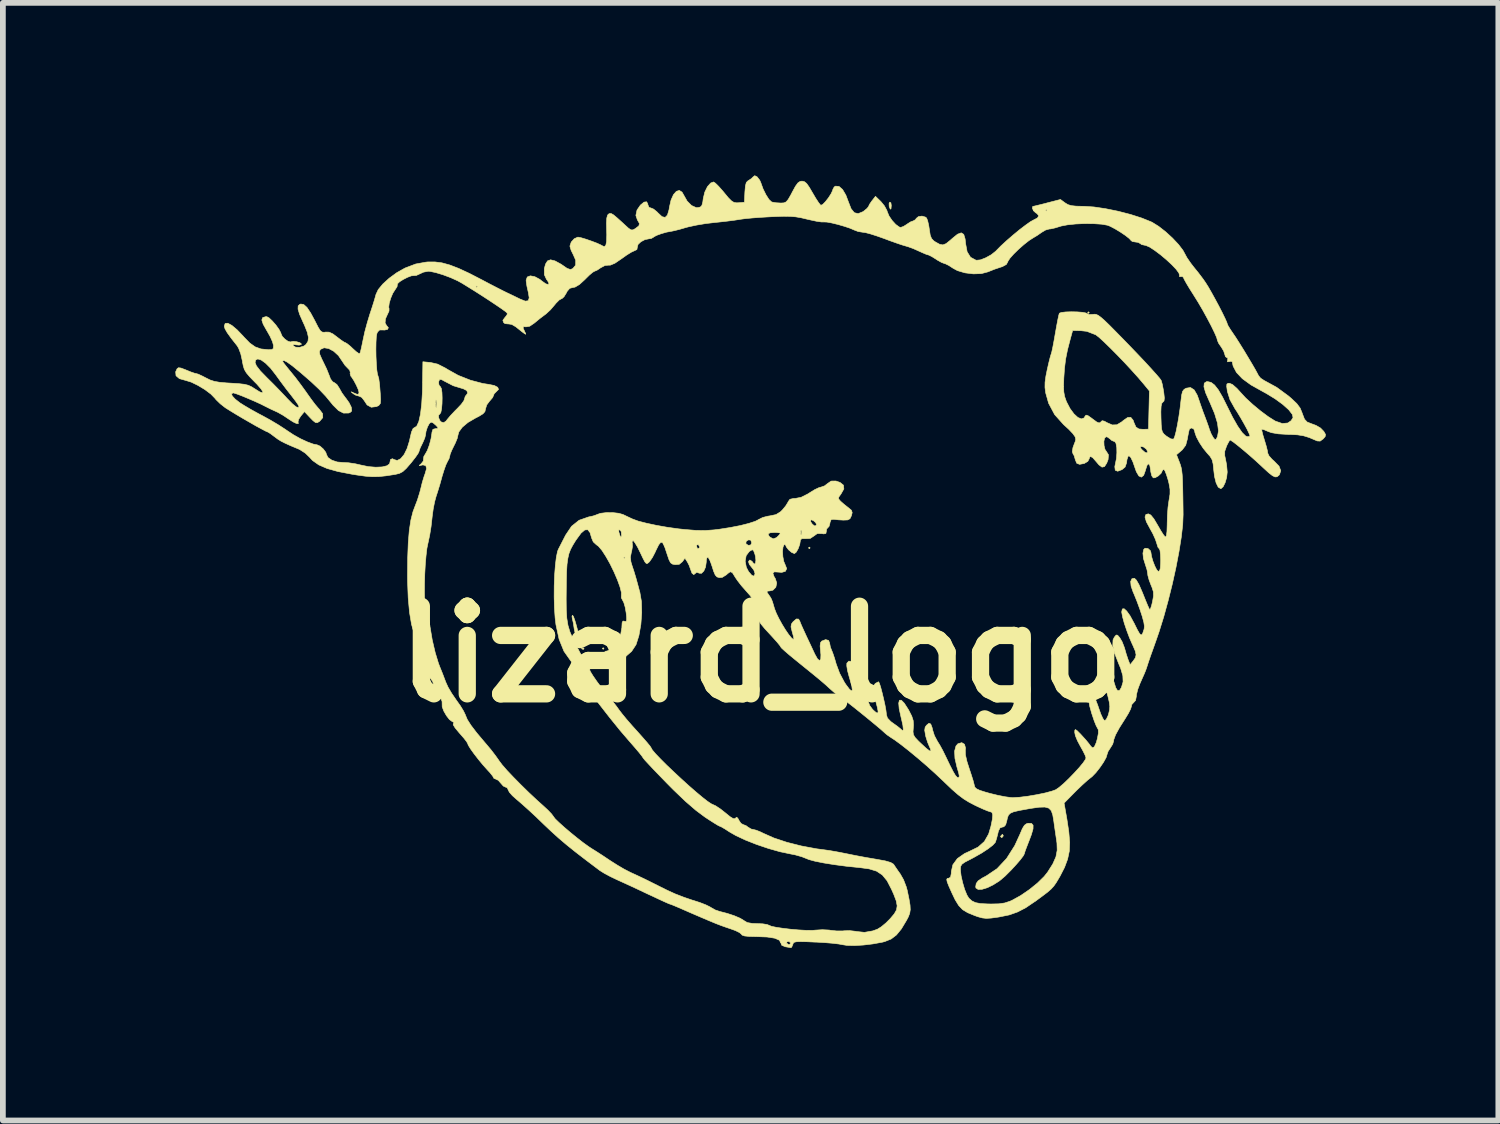
<source format=kicad_pcb>
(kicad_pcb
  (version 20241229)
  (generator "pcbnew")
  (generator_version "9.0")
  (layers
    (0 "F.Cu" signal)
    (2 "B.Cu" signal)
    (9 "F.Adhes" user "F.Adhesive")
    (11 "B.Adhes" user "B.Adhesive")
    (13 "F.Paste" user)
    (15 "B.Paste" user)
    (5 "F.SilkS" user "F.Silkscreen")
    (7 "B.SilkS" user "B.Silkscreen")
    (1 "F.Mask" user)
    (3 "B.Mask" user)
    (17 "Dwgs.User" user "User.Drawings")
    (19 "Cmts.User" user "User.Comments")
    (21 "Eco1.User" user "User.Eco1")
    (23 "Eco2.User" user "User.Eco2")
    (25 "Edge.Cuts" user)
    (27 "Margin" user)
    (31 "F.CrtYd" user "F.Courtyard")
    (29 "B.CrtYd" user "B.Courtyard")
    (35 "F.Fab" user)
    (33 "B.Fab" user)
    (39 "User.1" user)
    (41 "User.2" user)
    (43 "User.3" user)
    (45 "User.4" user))
  (footprint "lizard_logo"
    (layer "F.Cu")
    (at 10.192 8.327)
    (property "Reference" "lizard_logo" (at 0 0 0) (layer "F.SilkS") (effects (font (size 1.524 1.524) (thickness 0.3))))
    (attr through_hole)
    (fp_poly (pts (xy -2.738 -0.099) (xy -2.752 -0.085) (xy -2.766 -0.099) (xy -2.752 -0.113) (xy -2.738 -0.099)) (stroke (width 0.01) (type solid)) (fill yes) (layer "F.SilkS"))
    (fp_poly (pts (xy 0.847 -1.849) (xy 0.833 -1.834) (xy 0.818 -1.849) (xy 0.833 -1.863) (xy 0.847 -1.849)) (stroke (width 0.01) (type solid)) (fill yes) (layer "F.SilkS"))
    (fp_poly (pts (xy 5.701 -5.941) (xy 5.687 -5.927) (xy 5.673 -5.941) (xy 5.687 -5.955) (xy 5.701 -5.941)) (stroke (width 0.01) (type solid)) (fill yes) (layer "F.SilkS"))
    (fp_poly (pts (xy -3.086 -0.103) (xy -3.09 -0.087) (xy -3.104 -0.085) (xy -3.128 -0.095) (xy -3.123 -0.103) (xy -3.09 -0.107) (xy -3.086 -0.103)) (stroke (width 0.01) (type solid)) (fill yes) (layer "F.SilkS"))
    (fp_poly (pts (xy 2.251 -7.85) (xy 2.258 -7.805) (xy 2.253 -7.745) (xy 2.24 -7.74) (xy 2.221 -7.789) (xy 2.221 -7.789) (xy 2.22 -7.842) (xy 2.232 -7.862) (xy 2.251 -7.85)) (stroke (width 0.01) (type solid)) (fill yes) (layer "F.SilkS"))
    (fp_poly (pts (xy 4.205 3.155) (xy 4.205 3.161) (xy 4.183 3.188) (xy 4.175 3.189) (xy 4.158 3.172) (xy 4.163 3.161) (xy 4.188 3.134) (xy 4.193 3.133) (xy 4.205 3.155)) (stroke (width 0.01) (type solid)) (fill yes) (layer "F.SilkS"))
    (fp_poly (pts (xy -3.268 -0.652) (xy -3.245 -0.588) (xy -3.219 -0.5) (xy -3.194 -0.405) (xy -3.175 -0.319) (xy -3.166 -0.257) (xy -3.168 -0.237) (xy -3.188 -0.25) (xy -3.213 -0.289) (xy -3.24 -0.363) (xy -3.258 -0.45) (xy -3.258 -0.452) (xy -3.271 -0.539) (xy -3.288 -0.613) (xy -3.289 -0.614) (xy -3.295 -0.662) (xy -3.284 -0.677) (xy -3.268 -0.652)) (stroke (width 0.01) (type solid)) (fill yes) (layer "F.SilkS"))
    (fp_poly (pts (xy 4.697 2.943) (xy 4.724 2.974) (xy 4.723 3.038) (xy 4.693 3.141) (xy 4.659 3.231) (xy 4.619 3.334) (xy 4.588 3.416) (xy 4.573 3.465) (xy 4.572 3.471) (xy 4.553 3.507) (xy 4.503 3.573) (xy 4.43 3.658) (xy 4.343 3.753) (xy 4.249 3.847) (xy 4.239 3.857) (xy 4.14 3.941) (xy 4.033 4.009) (xy 3.93 4.06) (xy 3.838 4.088) (xy 3.769 4.091) (xy 3.73 4.066) (xy 3.726 4.043) (xy 3.735 3.987) (xy 3.769 3.941) (xy 3.838 3.894) (xy 3.909 3.856) (xy 4.097 3.73) (xy 4.263 3.553) (xy 4.406 3.327) (xy 4.495 3.133) (xy 4.538 3.032) (xy 4.574 2.974) (xy 4.612 2.947) (xy 4.641 2.94) (xy 4.697 2.943)) (stroke (width 0.01) (type solid)) (fill yes) (layer "F.SilkS"))
    (fp_poly (pts (xy -0.077 -8.303) (xy -0.075 -8.301) (xy -0.03 -8.243) (xy -0.012 -8.203) (xy 0.028 -8.092) (xy 0.079 -7.989) (xy 0.131 -7.908) (xy 0.177 -7.865) (xy 0.183 -7.863) (xy 0.251 -7.851) (xy 0.336 -7.846) (xy 0.339 -7.846) (xy 0.391 -7.849) (xy 0.429 -7.866) (xy 0.465 -7.908) (xy 0.509 -7.984) (xy 0.536 -8.036) (xy 0.591 -8.137) (xy 0.633 -8.195) (xy 0.672 -8.222) (xy 0.706 -8.227) (xy 0.746 -8.218) (xy 0.785 -8.187) (xy 0.831 -8.122) (xy 0.889 -8.023) (xy 0.945 -7.928) (xy 0.994 -7.853) (xy 1.028 -7.811) (xy 1.033 -7.807) (xy 1.065 -7.821) (xy 1.112 -7.869) (xy 1.165 -7.936) (xy 1.21 -8.006) (xy 1.238 -8.065) (xy 1.242 -8.083) (xy 1.265 -8.125) (xy 1.288 -8.14) (xy 1.349 -8.135) (xy 1.411 -8.081) (xy 1.468 -7.984) (xy 1.511 -7.87) (xy 1.559 -7.747) (xy 1.615 -7.678) (xy 1.682 -7.662) (xy 1.764 -7.695) (xy 1.78 -7.706) (xy 1.835 -7.751) (xy 1.862 -7.784) (xy 1.863 -7.787) (xy 1.879 -7.823) (xy 1.918 -7.88) (xy 1.923 -7.886) (xy 1.983 -7.963) (xy 2.077 -7.872) (xy 2.139 -7.796) (xy 2.182 -7.716) (xy 2.189 -7.693) (xy 2.219 -7.621) (xy 2.272 -7.543) (xy 2.335 -7.474) (xy 2.395 -7.43) (xy 2.421 -7.422) (xy 2.47 -7.439) (xy 2.532 -7.478) (xy 2.532 -7.479) (xy 2.593 -7.518) (xy 2.639 -7.535) (xy 2.64 -7.535) (xy 2.68 -7.558) (xy 2.691 -7.578) (xy 2.73 -7.61) (xy 2.792 -7.619) (xy 2.853 -7.601) (xy 2.872 -7.585) (xy 2.89 -7.539) (xy 2.909 -7.457) (xy 2.92 -7.385) (xy 2.935 -7.288) (xy 2.958 -7.229) (xy 2.997 -7.188) (xy 3.029 -7.167) (xy 3.1 -7.128) (xy 3.155 -7.118) (xy 3.211 -7.14) (xy 3.283 -7.198) (xy 3.319 -7.23) (xy 3.41 -7.304) (xy 3.475 -7.328) (xy 3.518 -7.301) (xy 3.542 -7.221) (xy 3.551 -7.137) (xy 3.577 -6.998) (xy 3.636 -6.903) (xy 3.729 -6.853) (xy 3.741 -6.851) (xy 3.81 -6.858) (xy 3.901 -6.894) (xy 3.997 -6.947) (xy 4.076 -7.01) (xy 4.087 -7.022) (xy 4.163 -7.099) (xy 4.263 -7.191) (xy 4.375 -7.288) (xy 4.489 -7.382) (xy 4.594 -7.462) (xy 4.677 -7.521) (xy 4.72 -7.545) (xy 4.799 -7.586) (xy 4.822 -7.625) (xy 4.792 -7.663) (xy 4.77 -7.676) (xy 4.732 -7.711) (xy 4.729 -7.719) (xy 4.939 -7.719) (xy 4.953 -7.705) (xy 4.967 -7.719) (xy 4.953 -7.733) (xy 4.939 -7.719) (xy 4.729 -7.719) (xy 4.712 -7.754) (xy 4.716 -7.785) (xy 4.728 -7.789) (xy 4.76 -7.796) (xy 4.834 -7.814) (xy 4.934 -7.839) (xy 4.971 -7.849) (xy 5.2 -7.908) (xy 5.28 -7.849) (xy 5.329 -7.819) (xy 5.388 -7.801) (xy 5.472 -7.792) (xy 5.596 -7.789) (xy 5.612 -7.789) (xy 5.781 -7.778) (xy 5.983 -7.748) (xy 6.2 -7.704) (xy 6.417 -7.648) (xy 6.614 -7.585) (xy 6.775 -7.52) (xy 6.796 -7.51) (xy 6.907 -7.441) (xy 7.029 -7.346) (xy 7.148 -7.237) (xy 7.253 -7.125) (xy 7.33 -7.024) (xy 7.359 -6.971) (xy 7.4 -6.895) (xy 7.464 -6.802) (xy 7.519 -6.731) (xy 7.6 -6.631) (xy 7.68 -6.525) (xy 7.723 -6.463) (xy 7.769 -6.39) (xy 7.827 -6.289) (xy 7.891 -6.173) (xy 7.956 -6.052) (xy 8.015 -5.937) (xy 8.062 -5.84) (xy 8.092 -5.773) (xy 8.1 -5.748) (xy 8.115 -5.712) (xy 8.155 -5.647) (xy 8.193 -5.591) (xy 8.244 -5.516) (xy 8.311 -5.411) (xy 8.387 -5.289) (xy 8.464 -5.161) (xy 8.536 -5.04) (xy 8.595 -4.938) (xy 8.634 -4.865) (xy 8.643 -4.846) (xy 8.681 -4.8) (xy 8.748 -4.756) (xy 8.755 -4.753) (xy 8.96 -4.641) (xy 9.162 -4.493) (xy 9.216 -4.447) (xy 9.31 -4.358) (xy 9.368 -4.28) (xy 9.403 -4.195) (xy 9.406 -4.185) (xy 9.444 -4.087) (xy 9.492 -4.036) (xy 9.497 -4.035) (xy 9.563 -4.009) (xy 9.644 -3.979) (xy 9.722 -3.934) (xy 9.78 -3.874) (xy 9.81 -3.821) (xy 9.803 -3.784) (xy 9.769 -3.745) (xy 9.716 -3.706) (xy 9.665 -3.709) (xy 9.646 -3.717) (xy 9.529 -3.767) (xy 9.429 -3.798) (xy 9.324 -3.815) (xy 9.19 -3.822) (xy 9.158 -3.822) (xy 8.989 -3.832) (xy 8.868 -3.853) (xy 8.808 -3.875) (xy 8.743 -3.903) (xy 8.704 -3.913) (xy 8.7 -3.912) (xy 8.703 -3.882) (xy 8.72 -3.813) (xy 8.747 -3.724) (xy 8.777 -3.624) (xy 8.798 -3.541) (xy 8.805 -3.496) (xy 8.826 -3.45) (xy 8.879 -3.39) (xy 8.918 -3.355) (xy 9.001 -3.27) (xy 9.031 -3.191) (xy 9.008 -3.122) (xy 8.997 -3.11) (xy 8.966 -3.086) (xy 8.932 -3.083) (xy 8.886 -3.105) (xy 8.82 -3.157) (xy 8.726 -3.243) (xy 8.691 -3.276) (xy 8.594 -3.365) (xy 8.488 -3.459) (xy 8.382 -3.549) (xy 8.286 -3.628) (xy 8.209 -3.688) (xy 8.159 -3.721) (xy 8.149 -3.725) (xy 8.131 -3.702) (xy 8.1 -3.644) (xy 8.088 -3.617) (xy 8.057 -3.529) (xy 8.057 -3.452) (xy 8.069 -3.398) (xy 8.089 -3.294) (xy 8.099 -3.182) (xy 8.1 -3.167) (xy 8.09 -3.074) (xy 8.064 -2.984) (xy 8.03 -2.914) (xy 7.993 -2.88) (xy 7.987 -2.879) (xy 7.944 -2.905) (xy 7.907 -2.979) (xy 7.879 -3.091) (xy 7.866 -3.199) (xy 7.855 -3.308) (xy 7.837 -3.381) (xy 7.803 -3.439) (xy 7.753 -3.495) (xy 7.682 -3.582) (xy 7.616 -3.682) (xy 7.564 -3.78) (xy 7.537 -3.858) (xy 7.535 -3.876) (xy 7.517 -3.918) (xy 7.478 -3.935) (xy 7.445 -3.918) (xy 7.441 -3.911) (xy 7.429 -3.862) (xy 7.413 -3.781) (xy 7.407 -3.743) (xy 7.378 -3.634) (xy 7.319 -3.555) (xy 7.303 -3.541) (xy 7.218 -3.469) (xy 7.27 -3.336) (xy 7.286 -3.292) (xy 7.299 -3.246) (xy 7.309 -3.191) (xy 7.317 -3.12) (xy 7.322 -3.026) (xy 7.326 -2.9) (xy 7.329 -2.736) (xy 7.332 -2.526) (xy 7.333 -2.427) (xy 7.326 -2.252) (xy 7.301 -2.035) (xy 7.261 -1.784) (xy 7.209 -1.511) (xy 7.146 -1.225) (xy 7.074 -0.936) (xy 6.997 -0.655) (xy 6.915 -0.391) (xy 6.858 -0.226) (xy 6.81 -0.091) (xy 6.766 0.031) (xy 6.733 0.128) (xy 6.715 0.183) (xy 6.699 0.233) (xy 6.682 0.281) (xy 6.658 0.34) (xy 6.62 0.425) (xy 6.58 0.516) (xy 6.544 0.612) (xy 6.522 0.702) (xy 6.519 0.735) (xy 6.506 0.804) (xy 6.477 0.836) (xy 6.441 0.875) (xy 6.435 0.904) (xy 6.42 0.953) (xy 6.381 1.03) (xy 6.326 1.12) (xy 6.224 1.281) (xy 6.158 1.402) (xy 6.127 1.486) (xy 6.124 1.511) (xy 6.108 1.565) (xy 6.068 1.629) (xy 6.028 1.691) (xy 6.011 1.74) (xy 6.011 1.741) (xy 5.994 1.797) (xy 5.948 1.88) (xy 5.885 1.972) (xy 5.815 2.061) (xy 5.749 2.129) (xy 5.726 2.147) (xy 5.664 2.197) (xy 5.578 2.275) (xy 5.483 2.366) (xy 5.448 2.401) (xy 5.263 2.589) (xy 5.312 2.868) (xy 5.345 3.089) (xy 5.36 3.27) (xy 5.354 3.424) (xy 5.324 3.565) (xy 5.271 3.707) (xy 5.191 3.863) (xy 5.168 3.902) (xy 5.125 3.974) (xy 5.085 4.031) (xy 5.038 4.083) (xy 4.974 4.139) (xy 4.883 4.208) (xy 4.757 4.301) (xy 4.755 4.301) (xy 4.596 4.409) (xy 4.453 4.483) (xy 4.309 4.534) (xy 4.141 4.568) (xy 4.113 4.573) (xy 3.994 4.589) (xy 3.909 4.594) (xy 3.839 4.586) (xy 3.763 4.565) (xy 3.705 4.544) (xy 3.586 4.495) (xy 3.498 4.442) (xy 3.43 4.37) (xy 3.368 4.269) (xy 3.314 4.156) (xy 3.261 4.038) (xy 3.231 3.962) (xy 3.222 3.919) (xy 3.231 3.899) (xy 3.257 3.895) (xy 3.26 3.895) (xy 3.289 3.876) (xy 3.301 3.814) (xy 3.302 3.783) (xy 3.311 3.74) (xy 3.46 3.74) (xy 3.46 3.754) (xy 3.472 3.855) (xy 3.499 3.974) (xy 3.534 4.092) (xy 3.574 4.189) (xy 3.607 4.243) (xy 3.659 4.29) (xy 3.722 4.32) (xy 3.811 4.337) (xy 3.937 4.343) (xy 3.993 4.344) (xy 4.129 4.341) (xy 4.231 4.326) (xy 4.322 4.296) (xy 4.36 4.279) (xy 4.507 4.198) (xy 4.659 4.094) (xy 4.801 3.979) (xy 4.917 3.865) (xy 4.976 3.791) (xy 5.067 3.647) (xy 5.121 3.525) (xy 5.143 3.409) (xy 5.139 3.284) (xy 5.133 3.242) (xy 5.114 3.113) (xy 5.094 2.976) (xy 5.084 2.902) (xy 5.066 2.795) (xy 5.04 2.721) (xy 4.997 2.677) (xy 4.929 2.658) (xy 4.826 2.661) (xy 4.68 2.682) (xy 4.614 2.694) (xy 4.477 2.719) (xy 4.385 2.741) (xy 4.329 2.765) (xy 4.296 2.798) (xy 4.278 2.844) (xy 4.269 2.888) (xy 4.247 2.967) (xy 4.215 3.001) (xy 4.19 3.006) (xy 4.149 3.021) (xy 4.121 3.075) (xy 4.111 3.119) (xy 4.09 3.201) (xy 4.07 3.265) (xy 4.066 3.274) (xy 4.023 3.321) (xy 3.94 3.385) (xy 3.827 3.459) (xy 3.693 3.535) (xy 3.627 3.57) (xy 3.536 3.617) (xy 3.486 3.653) (xy 3.464 3.69) (xy 3.46 3.74) (xy 3.311 3.74) (xy 3.329 3.661) (xy 3.407 3.554) (xy 3.533 3.466) (xy 3.615 3.429) (xy 3.768 3.354) (xy 3.877 3.257) (xy 3.951 3.127) (xy 3.991 2.992) (xy 4.016 2.869) (xy 4.022 2.791) (xy 4.008 2.75) (xy 3.974 2.738) (xy 3.973 2.738) (xy 3.935 2.726) (xy 3.859 2.695) (xy 3.76 2.65) (xy 3.71 2.626) (xy 3.607 2.572) (xy 3.515 2.515) (xy 3.421 2.444) (xy 3.314 2.351) (xy 3.183 2.226) (xy 3.157 2.201) (xy 3.021 2.073) (xy 2.871 1.938) (xy 2.715 1.804) (xy 2.565 1.68) (xy 2.429 1.573) (xy 2.317 1.491) (xy 2.254 1.45) (xy 2.187 1.404) (xy 2.151 1.374) (xy 2.081 1.311) (xy 1.981 1.227) (xy 1.861 1.128) (xy 1.733 1.024) (xy 1.607 0.923) (xy 1.493 0.834) (xy 1.401 0.763) (xy 1.341 0.721) (xy 1.341 0.721) (xy 1.265 0.665) (xy 1.184 0.594) (xy 1.17 0.581) (xy 1.119 0.534) (xy 1.033 0.46) (xy 0.922 0.368) (xy 0.795 0.265) (xy 0.712 0.198) (xy 0.589 0.098) (xy 0.483 0.011) (xy 0.401 -0.06) (xy 0.351 -0.106) (xy 0.339 -0.121) (xy 0.321 -0.15) (xy 0.272 -0.21) (xy 0.201 -0.289) (xy 0.159 -0.335) (xy 0.06 -0.442) (xy -0.007 -0.523) (xy -0.05 -0.59) (xy -0.075 -0.658) (xy -0.092 -0.738) (xy -0.099 -0.787) (xy -0.115 -0.873) (xy -0.144 -0.943) (xy -0.194 -1.017) (xy -0.269 -1.102) (xy -0.349 -1.193) (xy -0.417 -1.281) (xy -0.462 -1.347) (xy -0.464 -1.352) (xy -0.506 -1.419) (xy -0.543 -1.434) (xy -0.589 -1.401) (xy -0.608 -1.382) (xy -0.682 -1.336) (xy -0.732 -1.332) (xy -0.773 -1.344) (xy -0.804 -1.378) (xy -0.833 -1.446) (xy -0.855 -1.517) (xy -0.89 -1.618) (xy -0.283 -1.618) (xy -0.263 -1.512) (xy -0.224 -1.437) (xy -0.169 -1.373) (xy -0.131 -1.358) (xy -0.114 -1.392) (xy -0.113 -1.407) (xy -0.133 -1.464) (xy -0.169 -1.51) (xy -0.211 -1.563) (xy -0.225 -1.61) (xy -0.208 -1.636) (xy -0.199 -1.637) (xy -0.164 -1.615) (xy -0.147 -1.591) (xy -0.121 -1.566) (xy -0.104 -1.585) (xy -0.097 -1.634) (xy -0.104 -1.7) (xy -0.114 -1.74) (xy -0.137 -1.801) (xy -0.16 -1.817) (xy -0.2 -1.794) (xy -0.213 -1.785) (xy -0.266 -1.714) (xy -0.283 -1.618) (xy -0.89 -1.618) (xy -0.892 -1.622) (xy -0.923 -1.679) (xy -0.945 -1.687) (xy -0.958 -1.642) (xy -0.96 -1.601) (xy -0.972 -1.516) (xy -1.002 -1.447) (xy -1.042 -1.407) (xy -1.083 -1.409) (xy -1.087 -1.411) (xy -1.127 -1.426) (xy -1.142 -1.412) (xy -1.177 -1.384) (xy -1.208 -1.409) (xy -1.227 -1.46) (xy -1.258 -1.546) (xy -1.288 -1.604) (xy -1.331 -1.671) (xy -1.374 -1.61) (xy -1.43 -1.563) (xy -1.502 -1.558) (xy -1.548 -1.567) (xy -1.58 -1.59) (xy -1.607 -1.641) (xy -1.638 -1.732) (xy -1.647 -1.759) (xy -1.686 -1.875) (xy -1.688 -1.878) (xy -1.129 -1.878) (xy -1.114 -1.84) (xy -1.101 -1.834) (xy -1.073 -1.855) (xy -1.072 -1.861) (xy -1.093 -1.899) (xy -1.101 -1.905) (xy -1.125 -1.899) (xy -1.129 -1.878) (xy -1.688 -1.878) (xy -1.711 -1.923) (xy -0.271 -1.923) (xy -0.27 -1.922) (xy -0.231 -1.894) (xy -0.189 -1.898) (xy -0.169 -1.932) (xy -0.183 -1.977) (xy -0.192 -1.986) (xy -0.232 -1.987) (xy -0.267 -1.96) (xy -0.271 -1.923) (xy -1.711 -1.923) (xy -1.718 -1.938) (xy -1.749 -1.948) (xy -1.786 -1.904) (xy -1.834 -1.807) (xy -1.853 -1.765) (xy -1.897 -1.681) (xy -1.944 -1.613) (xy -1.955 -1.601) (xy -1.981 -1.579) (xy -2.003 -1.578) (xy -2.028 -1.607) (xy -2.062 -1.672) (xy -2.105 -1.763) (xy -2.153 -1.86) (xy -2.197 -1.934) (xy -2.227 -1.973) (xy -2.233 -1.976) (xy -2.251 -1.955) (xy -2.246 -1.93) (xy -2.243 -1.875) (xy -2.256 -1.796) (xy -2.262 -1.776) (xy -2.279 -1.688) (xy -2.27 -1.606) (xy -2.252 -1.546) (xy -2.216 -1.437) (xy -2.182 -1.324) (xy -2.177 -1.305) (xy -2.148 -1.2) (xy -2.12 -1.095) (xy -2.115 -1.079) (xy -2.087 -0.916) (xy -2.082 -0.722) (xy -2.097 -0.518) (xy -2.131 -0.324) (xy -2.181 -0.166) (xy -2.258 -0.049) (xy -2.379 0.055) (xy -2.532 0.14) (xy -2.707 0.197) (xy -2.82 0.216) (xy -2.91 0.229) (xy -2.972 0.246) (xy -2.992 0.26) (xy -2.975 0.302) (xy -2.929 0.377) (xy -2.862 0.474) (xy -2.781 0.582) (xy -2.694 0.689) (xy -2.68 0.706) (xy -2.6 0.803) (xy -2.523 0.903) (xy -2.472 0.974) (xy -2.422 1.039) (xy -2.345 1.133) (xy -2.25 1.242) (xy -2.157 1.345) (xy -2.067 1.446) (xy -1.992 1.532) (xy -1.94 1.595) (xy -1.919 1.627) (xy -1.919 1.628) (xy -1.898 1.665) (xy -1.841 1.732) (xy -1.755 1.822) (xy -1.648 1.929) (xy -1.525 2.046) (xy -1.395 2.167) (xy -1.264 2.286) (xy -1.139 2.395) (xy -1.028 2.488) (xy -0.937 2.559) (xy -0.874 2.601) (xy -0.855 2.61) (xy -0.796 2.637) (xy -0.714 2.691) (xy -0.628 2.759) (xy -0.544 2.827) (xy -0.491 2.859) (xy -0.461 2.86) (xy -0.451 2.85) (xy -0.429 2.834) (xy -0.403 2.865) (xy -0.393 2.887) (xy -0.356 2.942) (xy -0.318 2.963) (xy -0.267 2.982) (xy -0.236 3.006) (xy -0.178 3.041) (xy -0.143 3.048) (xy -0.09 3.061) (xy -0.011 3.093) (xy 0.031 3.114) (xy 0.216 3.196) (xy 0.442 3.271) (xy 0.695 3.335) (xy 0.958 3.384) (xy 1.087 3.401) (xy 1.181 3.414) (xy 1.307 3.436) (xy 1.442 3.462) (xy 1.482 3.47) (xy 1.635 3.501) (xy 1.811 3.534) (xy 1.975 3.562) (xy 2.004 3.567) (xy 2.152 3.594) (xy 2.248 3.622) (xy 2.296 3.651) (xy 2.3 3.656) (xy 2.333 3.706) (xy 2.384 3.78) (xy 2.413 3.82) (xy 2.471 3.922) (xy 2.519 4.047) (xy 2.535 4.106) (xy 2.566 4.256) (xy 2.584 4.363) (xy 2.588 4.443) (xy 2.578 4.507) (xy 2.553 4.571) (xy 2.523 4.628) (xy 2.433 4.778) (xy 2.347 4.883) (xy 2.255 4.953) (xy 2.145 4.997) (xy 2.103 5.008) (xy 1.939 5.038) (xy 1.772 5.058) (xy 1.616 5.067) (xy 1.488 5.064) (xy 1.411 5.052) (xy 1.346 5.04) (xy 1.238 5.027) (xy 1.103 5.016) (xy 0.954 5.007) (xy 0.936 5.007) (xy 0.785 5) (xy 0.68 4.998) (xy 0.613 5) (xy 0.574 5.008) (xy 0.555 5.023) (xy 0.546 5.046) (xy 0.545 5.049) (xy 0.526 5.094) (xy 0.512 5.104) (xy 0.473 5.097) (xy 0.416 5.088) (xy 0.353 5.062) (xy 0.339 5.024) (xy 0.33 5.009) (xy 0.435 5.009) (xy 0.437 5.024) (xy 0.474 5.051) (xy 0.481 5.052) (xy 0.507 5.03) (xy 0.508 5.024) (xy 0.485 4.999) (xy 0.464 4.995) (xy 0.435 5.009) (xy 0.33 5.009) (xy 0.312 4.974) (xy 0.232 4.939) (xy 0.098 4.918) (xy -0.086 4.911) (xy -0.213 4.908) (xy -0.294 4.9) (xy -0.336 4.885) (xy -0.348 4.87) (xy -0.382 4.841) (xy -0.453 4.806) (xy -0.542 4.774) (xy -0.616 4.749) (xy -0.698 4.72) (xy -0.794 4.683) (xy -0.912 4.634) (xy -1.06 4.571) (xy -1.246 4.491) (xy -1.445 4.404) (xy -1.523 4.371) (xy -1.576 4.35) (xy -1.59 4.346) (xy -1.619 4.335) (xy -1.689 4.304) (xy -1.791 4.257) (xy -1.914 4.199) (xy -1.952 4.182) (xy -2.104 4.11) (xy -2.26 4.037) (xy -2.402 3.972) (xy -2.512 3.922) (xy -2.627 3.867) (xy -2.735 3.809) (xy -2.815 3.759) (xy -2.822 3.753) (xy -3.046 3.584) (xy -3.233 3.44) (xy -3.392 3.312) (xy -3.532 3.193) (xy -3.662 3.075) (xy -3.793 2.951) (xy -3.799 2.945) (xy -3.921 2.827) (xy -4.042 2.715) (xy -4.151 2.617) (xy -4.235 2.544) (xy -4.257 2.526) (xy -4.331 2.46) (xy -4.384 2.4) (xy -4.402 2.364) (xy -4.422 2.322) (xy -4.444 2.314) (xy -4.489 2.293) (xy -4.532 2.244) (xy -4.577 2.193) (xy -4.618 2.173) (xy -4.653 2.159) (xy -4.657 2.149) (xy -4.675 2.118) (xy -4.721 2.06) (xy -4.77 2.007) (xy -4.845 1.923) (xy -4.924 1.827) (xy -4.999 1.73) (xy -5.06 1.645) (xy -5.099 1.581) (xy -5.108 1.556) (xy -5.126 1.523) (xy -5.173 1.462) (xy -5.24 1.385) (xy -5.25 1.374) (xy -5.326 1.283) (xy -5.361 1.226) (xy -5.356 1.204) (xy -5.346 1.187) (xy -5.378 1.171) (xy -5.426 1.136) (xy -5.478 1.069) (xy -5.524 0.989) (xy -5.552 0.915) (xy -5.553 0.873) (xy -5.554 0.824) (xy -5.575 0.765) (xy -5.605 0.713) (xy -5.636 0.689) (xy -5.644 0.691) (xy -5.662 0.676) (xy -5.681 0.619) (xy -5.688 0.578) (xy -5.718 0.473) (xy -5.765 0.41) (xy -5.81 0.351) (xy -5.841 0.258) (xy -5.843 0.248) (xy -5.876 0.069) (xy -5.907 -0.064) (xy -5.937 -0.16) (xy -5.969 -0.227) (xy -5.983 -0.248) (xy -6.039 -0.358) (xy -6.085 -0.518) (xy -6.12 -0.726) (xy -6.143 -0.976) (xy -6.154 -1.264) (xy -6.155 -1.369) (xy -6.152 -1.679) (xy -6.142 -1.939) (xy -6.124 -2.155) (xy -6.097 -2.332) (xy -6.061 -2.475) (xy -6.029 -2.561) (xy -5.983 -2.681) (xy -5.943 -2.81) (xy -5.925 -2.879) (xy -5.898 -2.989) (xy -5.866 -3.094) (xy -5.85 -3.137) (xy -5.824 -3.228) (xy -5.837 -3.28) (xy -5.887 -3.292) (xy -5.908 -3.288) (xy -5.95 -3.278) (xy -5.943 -3.291) (xy -5.917 -3.313) (xy -5.881 -3.359) (xy -5.878 -3.392) (xy -5.871 -3.44) (xy -5.846 -3.48) (xy -5.81 -3.544) (xy -5.774 -3.641) (xy -5.746 -3.749) (xy -5.731 -3.845) (xy -5.73 -3.859) (xy -5.713 -3.911) (xy -5.668 -3.923) (xy -5.627 -3.926) (xy -5.629 -3.945) (xy -5.659 -3.979) (xy -5.709 -4.022) (xy -5.745 -4.036) (xy -5.776 -4.011) (xy -5.808 -3.952) (xy -5.833 -3.876) (xy -5.842 -3.812) (xy -5.855 -3.76) (xy -5.887 -3.685) (xy -5.898 -3.662) (xy -5.934 -3.589) (xy -5.953 -3.535) (xy -5.955 -3.525) (xy -5.972 -3.49) (xy -6.017 -3.425) (xy -6.082 -3.342) (xy -6.1 -3.32) (xy -6.178 -3.23) (xy -6.238 -3.175) (xy -6.295 -3.145) (xy -6.363 -3.128) (xy -6.375 -3.126) (xy -6.53 -3.102) (xy -6.655 -3.089) (xy -6.768 -3.087) (xy -6.888 -3.096) (xy -7.034 -3.116) (xy -7.126 -3.131) (xy -7.365 -3.177) (xy -7.554 -3.23) (xy -7.699 -3.293) (xy -7.807 -3.369) (xy -7.86 -3.427) (xy -7.933 -3.497) (xy -8.026 -3.557) (xy -8.051 -3.569) (xy -8.188 -3.626) (xy -8.285 -3.67) (xy -8.356 -3.706) (xy -8.412 -3.741) (xy -8.467 -3.782) (xy -8.47 -3.784) (xy -8.535 -3.833) (xy -8.58 -3.862) (xy -8.591 -3.866) (xy -8.623 -3.88) (xy -8.693 -3.917) (xy -8.791 -3.97) (xy -8.904 -4.035) (xy -9.024 -4.104) (xy -9.14 -4.173) (xy -9.24 -4.234) (xy -9.315 -4.281) (xy -9.327 -4.289) (xy -9.411 -4.355) (xy -9.483 -4.425) (xy -9.507 -4.454) (xy -9.576 -4.525) (xy -9.582 -4.529) (xy -9.216 -4.529) (xy -9.203 -4.491) (xy -9.152 -4.436) (xy -9.069 -4.371) (xy -9.069 -4.371) (xy -8.989 -4.321) (xy -8.877 -4.255) (xy -8.75 -4.185) (xy -8.678 -4.147) (xy -8.543 -4.073) (xy -8.405 -3.991) (xy -8.286 -3.914) (xy -8.241 -3.883) (xy -8.136 -3.814) (xy -8.016 -3.747) (xy -7.897 -3.692) (xy -7.794 -3.654) (xy -7.727 -3.641) (xy -7.677 -3.619) (xy -7.62 -3.569) (xy -7.576 -3.51) (xy -7.564 -3.472) (xy -7.538 -3.42) (xy -7.471 -3.374) (xy -7.378 -3.343) (xy -7.274 -3.334) (xy -7.179 -3.329) (xy -7.06 -3.311) (xy -6.964 -3.289) (xy -6.834 -3.262) (xy -6.707 -3.252) (xy -6.596 -3.257) (xy -6.513 -3.277) (xy -6.468 -3.31) (xy -6.463 -3.328) (xy -6.45 -3.387) (xy -6.416 -3.4) (xy -6.391 -3.386) (xy -6.335 -3.369) (xy -6.274 -3.4) (xy -6.214 -3.472) (xy -6.162 -3.578) (xy -6.121 -3.71) (xy -6.113 -3.748) (xy -6.086 -3.864) (xy -6.058 -3.926) (xy -6.04 -3.937) (xy -5.996 -3.964) (xy -5.959 -4.044) (xy -5.93 -4.173) (xy -5.909 -4.348) (xy -5.908 -4.36) (xy -5.666 -4.36) (xy -5.663 -4.302) (xy -5.657 -4.287) (xy -5.653 -4.297) (xy -5.648 -4.364) (xy -5.653 -4.409) (xy -5.66 -4.425) (xy -5.665 -4.391) (xy -5.666 -4.36) (xy -5.908 -4.36) (xy -5.896 -4.564) (xy -5.894 -4.657) (xy -5.893 -4.732) (xy -5.616 -4.732) (xy -5.607 -4.678) (xy -5.582 -4.65) (xy -5.566 -4.619) (xy -5.556 -4.549) (xy -5.553 -4.457) (xy -5.555 -4.357) (xy -5.563 -4.267) (xy -5.576 -4.202) (xy -5.594 -4.177) (xy -5.615 -4.156) (xy -5.613 -4.11) (xy -5.591 -4.061) (xy -5.567 -4.038) (xy -5.525 -4.027) (xy -5.485 -4.055) (xy -5.461 -4.086) (xy -5.408 -4.149) (xy -5.333 -4.229) (xy -5.285 -4.277) (xy -5.22 -4.346) (xy -5.176 -4.407) (xy -5.165 -4.437) (xy -5.15 -4.488) (xy -5.136 -4.501) (xy -5.108 -4.542) (xy -5.125 -4.585) (xy -5.182 -4.615) (xy -5.186 -4.616) (xy -5.36 -4.669) (xy -5.503 -4.743) (xy -5.507 -4.745) (xy -5.562 -4.775) (xy -5.597 -4.779) (xy -5.598 -4.778) (xy -5.616 -4.732) (xy -5.893 -4.732) (xy -5.888 -5.086) (xy -5.755 -5.073) (xy -5.632 -5.045) (xy -5.498 -4.977) (xy -5.456 -4.951) (xy -5.273 -4.849) (xy -5.061 -4.765) (xy -4.846 -4.708) (xy -4.746 -4.693) (xy -4.646 -4.673) (xy -4.587 -4.642) (xy -4.572 -4.605) (xy -4.609 -4.568) (xy -4.61 -4.567) (xy -4.649 -4.528) (xy -4.657 -4.505) (xy -4.676 -4.462) (xy -4.722 -4.408) (xy -4.727 -4.403) (xy -4.777 -4.336) (xy -4.799 -4.266) (xy -4.799 -4.264) (xy -4.809 -4.219) (xy -4.843 -4.181) (xy -4.912 -4.138) (xy -4.971 -4.108) (xy -5.103 -4.031) (xy -5.203 -3.947) (xy -5.263 -3.865) (xy -5.278 -3.809) (xy -5.29 -3.755) (xy -5.323 -3.674) (xy -5.348 -3.624) (xy -5.388 -3.542) (xy -5.414 -3.476) (xy -5.419 -3.452) (xy -5.433 -3.4) (xy -5.461 -3.349) (xy -5.489 -3.29) (xy -5.522 -3.196) (xy -5.556 -3.086) (xy -5.559 -3.074) (xy -5.593 -2.951) (xy -5.63 -2.83) (xy -5.66 -2.738) (xy -5.684 -2.649) (xy -5.708 -2.527) (xy -5.726 -2.394) (xy -5.73 -2.357) (xy -5.746 -2.216) (xy -5.769 -2.073) (xy -5.794 -1.954) (xy -5.799 -1.933) (xy -5.818 -1.84) (xy -5.833 -1.712) (xy -5.846 -1.561) (xy -5.855 -1.396) (xy -5.86 -1.229) (xy -5.861 -1.071) (xy -5.858 -0.931) (xy -5.85 -0.82) (xy -5.838 -0.751) (xy -5.83 -0.734) (xy -5.808 -0.686) (xy -5.785 -0.6) (xy -5.765 -0.493) (xy -5.764 -0.48) (xy -5.725 -0.247) (xy -5.674 -0.029) (xy -5.617 0.158) (xy -5.591 0.226) (xy -5.546 0.337) (xy -5.501 0.456) (xy -5.49 0.485) (xy -5.45 0.573) (xy -5.386 0.682) (xy -5.312 0.79) (xy -5.306 0.799) (xy -5.237 0.896) (xy -5.182 0.986) (xy -5.15 1.052) (xy -5.147 1.061) (xy -5.116 1.135) (xy -5.052 1.236) (xy -4.952 1.367) (xy -4.813 1.532) (xy -4.784 1.566) (xy -4.701 1.665) (xy -4.623 1.767) (xy -4.565 1.849) (xy -4.563 1.853) (xy -4.511 1.922) (xy -4.425 2.021) (xy -4.312 2.14) (xy -4.182 2.272) (xy -4.042 2.409) (xy -3.9 2.542) (xy -3.794 2.637) (xy -3.714 2.711) (xy -3.651 2.777) (xy -3.618 2.821) (xy -3.617 2.824) (xy -3.587 2.863) (xy -3.521 2.927) (xy -3.43 3.009) (xy -3.323 3.1) (xy -3.21 3.192) (xy -3.101 3.277) (xy -3.005 3.346) (xy -2.958 3.377) (xy -2.87 3.432) (xy -2.757 3.505) (xy -2.642 3.582) (xy -2.622 3.595) (xy -2.507 3.668) (xy -2.388 3.738) (xy -2.289 3.789) (xy -2.275 3.796) (xy -2.159 3.849) (xy -2.035 3.908) (xy -1.99 3.93) (xy -1.894 3.978) (xy -1.772 4.039) (xy -1.649 4.1) (xy -1.637 4.106) (xy -1.501 4.168) (xy -1.343 4.229) (xy -1.196 4.279) (xy -1.187 4.281) (xy -1.07 4.319) (xy -0.967 4.359) (xy -0.896 4.394) (xy -0.882 4.403) (xy -0.805 4.447) (xy -0.725 4.474) (xy -0.597 4.507) (xy -0.473 4.548) (xy -0.37 4.592) (xy -0.304 4.632) (xy -0.298 4.637) (xy -0.246 4.667) (xy -0.16 4.682) (xy -0.074 4.685) (xy 0.023 4.689) (xy 0.098 4.701) (xy 0.131 4.714) (xy 0.174 4.732) (xy 0.26 4.75) (xy 0.376 4.767) (xy 0.51 4.783) (xy 0.648 4.795) (xy 0.777 4.802) (xy 0.883 4.803) (xy 0.943 4.798) (xy 1.058 4.791) (xy 1.177 4.797) (xy 1.205 4.802) (xy 1.31 4.813) (xy 1.413 4.813) (xy 1.436 4.81) (xy 1.534 4.807) (xy 1.639 4.819) (xy 1.651 4.822) (xy 1.792 4.837) (xy 1.935 4.812) (xy 2.018 4.782) (xy 2.084 4.741) (xy 2.167 4.672) (xy 2.242 4.596) (xy 2.31 4.515) (xy 2.349 4.446) (xy 2.36 4.376) (xy 2.344 4.29) (xy 2.301 4.176) (xy 2.26 4.085) (xy 2.185 3.94) (xy 2.103 3.84) (xy 2.003 3.773) (xy 1.872 3.733) (xy 1.717 3.712) (xy 1.483 3.688) (xy 1.269 3.66) (xy 1.082 3.63) (xy 0.932 3.6) (xy 0.825 3.571) (xy 0.786 3.555) (xy 0.702 3.522) (xy 0.589 3.49) (xy 0.503 3.473) (xy 0.322 3.435) (xy 0.121 3.378) (xy -0.086 3.308) (xy -0.281 3.231) (xy -0.449 3.152) (xy -0.555 3.091) (xy -0.635 3.039) (xy -0.697 3.003) (xy -0.724 2.992) (xy -0.755 2.977) (xy -0.821 2.937) (xy -0.912 2.879) (xy -0.986 2.83) (xy -1.14 2.715) (xy -1.322 2.558) (xy -1.533 2.356) (xy -1.644 2.244) (xy -1.767 2.117) (xy -1.876 2.004) (xy -1.965 1.909) (xy -2.028 1.841) (xy -2.058 1.804) (xy -2.06 1.8) (xy -2.078 1.773) (xy -2.126 1.712) (xy -2.198 1.627) (xy -2.286 1.526) (xy -2.293 1.518) (xy -2.458 1.326) (xy -2.64 1.101) (xy -2.827 0.861) (xy -3.006 0.621) (xy -3.044 0.569) (xy -3.11 0.467) (xy -3.172 0.358) (xy -3.195 0.31) (xy -3.244 0.217) (xy -3.3 0.134) (xy -3.319 0.112) (xy -3.434 -0.051) (xy -3.519 -0.26) (xy -3.574 -0.515) (xy -3.588 -0.631) (xy -3.6 -0.805) (xy -3.604 -0.96) (xy -3.396 -0.96) (xy -3.394 -0.773) (xy -3.385 -0.626) (xy -3.365 -0.503) (xy -3.33 -0.387) (xy -3.276 -0.263) (xy -3.213 -0.137) (xy -3.124 0.034) (xy -2.94 0.022) (xy -2.837 0.011) (xy -2.767 -0.006) (xy -2.744 -0.023) (xy -2.71 -0.052) (xy -2.684 -0.056) (xy -2.617 -0.082) (xy -2.549 -0.149) (xy -2.49 -0.245) (xy -2.446 -0.355) (xy -2.427 -0.465) (xy -2.427 -0.477) (xy -2.423 -0.549) (xy -2.408 -0.577) (xy -2.38 -0.573) (xy -2.355 -0.569) (xy -2.344 -0.59) (xy -2.345 -0.647) (xy -2.353 -0.721) (xy -2.37 -0.818) (xy -2.393 -0.897) (xy -2.41 -0.93) (xy -2.436 -0.98) (xy -2.436 -1.007) (xy -2.435 -1.071) (xy -2.46 -1.17) (xy -2.505 -1.294) (xy -2.564 -1.431) (xy -2.632 -1.57) (xy -2.693 -1.679) (xy -2.399 -1.679) (xy -2.385 -1.665) (xy -2.371 -1.679) (xy -2.385 -1.693) (xy -2.399 -1.679) (xy -2.693 -1.679) (xy -2.704 -1.698) (xy -2.773 -1.805) (xy -2.835 -1.878) (xy -2.871 -1.904) (xy -2.925 -1.954) (xy -2.952 -2.017) (xy -2.982 -2.117) (xy -2.997 -2.135) (xy -2.483 -2.135) (xy -2.463 -2.07) (xy -2.446 -2.033) (xy -2.437 -2.05) (xy -2.432 -2.07) (xy -2.434 -2.09) (xy 0.116 -2.09) (xy 0.133 -2.052) (xy 0.147 -2.038) (xy 0.203 -2.006) (xy 0.261 -2.027) (xy 0.296 -2.06) (xy 0.325 -2.096) (xy 0.32 -2.112) (xy 0.272 -2.116) (xy 0.23 -2.117) (xy 0.682 -2.117) (xy 0.686 -2.077) (xy 0.696 -2.081) (xy 0.7 -2.139) (xy 0.696 -2.152) (xy 0.686 -2.155) (xy 0.682 -2.117) (xy 0.23 -2.117) (xy 0.147 -2.111) (xy 0.116 -2.09) (xy -2.434 -2.09) (xy -2.438 -2.13) (xy -2.453 -2.154) (xy -2.479 -2.166) (xy -2.483 -2.135) (xy -2.997 -2.135) (xy -3.021 -2.165) (xy -3.072 -2.161) (xy -3.137 -2.106) (xy -3.217 -1.997) (xy -3.236 -1.969) (xy -3.283 -1.892) (xy -3.32 -1.822) (xy -3.348 -1.749) (xy -3.367 -1.666) (xy -3.381 -1.564) (xy -3.389 -1.435) (xy -3.393 -1.269) (xy -3.395 -1.059) (xy -3.396 -0.96) (xy -3.604 -0.96) (xy -3.605 -0.995) (xy -3.604 -1.189) (xy -3.597 -1.376) (xy -3.584 -1.546) (xy -3.567 -1.686) (xy -3.546 -1.788) (xy -3.532 -1.824) (xy -3.494 -1.898) (xy -3.443 -1.998) (xy -3.405 -2.072) (xy -3.302 -2.225) (xy -3.172 -2.329) (xy -3.013 -2.385) (xy -3.006 -2.387) (xy -2.927 -2.404) (xy -2.872 -2.423) (xy -2.865 -2.427) (xy -2.8 -2.45) (xy -2.702 -2.462) (xy -2.589 -2.463) (xy -2.484 -2.451) (xy -2.409 -2.43) (xy -2.321 -2.388) (xy -2.244 -2.352) (xy -2.144 -2.315) (xy -2 -2.278) (xy -1.827 -2.241) (xy -1.635 -2.207) (xy -1.44 -2.18) (xy -1.327 -2.168) (xy -1.138 -2.153) (xy -0.979 -2.151) (xy -0.825 -2.162) (xy -0.734 -2.173) (xy -0.544 -2.203) (xy -0.369 -2.237) (xy -0.219 -2.275) (xy -0.106 -2.312) (xy -0.065 -2.333) (xy 0.856 -2.333) (xy 0.857 -2.302) (xy 0.886 -2.26) (xy 0.923 -2.232) (xy 0.935 -2.23) (xy 0.959 -2.251) (xy 0.96 -2.254) (xy 0.941 -2.291) (xy 0.901 -2.325) (xy 0.864 -2.337) (xy 0.856 -2.333) (xy -0.065 -2.333) (xy -0.037 -2.347) (xy -0.033 -2.35) (xy 0.023 -2.378) (xy 0.109 -2.4) (xy 0.148 -2.406) (xy 0.253 -2.428) (xy 0.332 -2.477) (xy 0.365 -2.51) (xy 0.422 -2.579) (xy 0.46 -2.641) (xy 0.466 -2.654) (xy 0.495 -2.694) (xy 0.558 -2.709) (xy 0.588 -2.709) (xy 0.691 -2.729) (xy 0.81 -2.789) (xy 0.839 -2.808) (xy 0.925 -2.861) (xy 0.999 -2.896) (xy 1.039 -2.907) (xy 1.097 -2.927) (xy 1.143 -2.963) (xy 1.212 -3.011) (xy 1.296 -3.012) (xy 1.367 -2.987) (xy 1.426 -2.94) (xy 1.433 -2.875) (xy 1.386 -2.791) (xy 1.382 -2.785) (xy 1.345 -2.733) (xy 1.342 -2.7) (xy 1.374 -2.662) (xy 1.375 -2.661) (xy 1.434 -2.609) (xy 1.506 -2.552) (xy 1.509 -2.55) (xy 1.564 -2.504) (xy 1.578 -2.463) (xy 1.565 -2.409) (xy 1.539 -2.356) (xy 1.499 -2.335) (xy 1.424 -2.332) (xy 1.336 -2.337) (xy 1.265 -2.345) (xy 1.256 -2.346) (xy 1.212 -2.341) (xy 1.193 -2.294) (xy 1.191 -2.279) (xy 1.176 -2.223) (xy 1.155 -2.201) (xy 1.134 -2.178) (xy 1.129 -2.141) (xy 1.121 -2.1) (xy 1.084 -2.092) (xy 1.047 -2.098) (xy 0.969 -2.097) (xy 0.914 -2.057) (xy 0.848 -2.013) (xy 0.77 -2.01) (xy 0.702 -2.01) (xy 0.678 -1.987) (xy 0.677 -1.979) (xy 0.666 -1.91) (xy 0.639 -1.835) (xy 0.605 -1.775) (xy 0.574 -1.75) (xy 0.573 -1.75) (xy 0.525 -1.77) (xy 0.471 -1.816) (xy 0.431 -1.868) (xy 0.423 -1.893) (xy 0.406 -1.909) (xy 0.395 -1.905) (xy 0.375 -1.864) (xy 0.367 -1.789) (xy 0.372 -1.698) (xy 0.388 -1.614) (xy 0.412 -1.557) (xy 0.439 -1.489) (xy 0.417 -1.442) (xy 0.353 -1.423) (xy 0.292 -1.428) (xy 0.223 -1.432) (xy 0.199 -1.408) (xy 0.219 -1.351) (xy 0.241 -1.315) (xy 0.266 -1.238) (xy 0.25 -1.165) (xy 0.2 -1.114) (xy 0.147 -1.101) (xy 0.1 -1.097) (xy 0.097 -1.077) (xy 0.124 -1.037) (xy 0.153 -0.995) (xy 0.174 -0.958) (xy 0.193 -0.908) (xy 0.217 -0.827) (xy 0.228 -0.79) (xy 0.258 -0.713) (xy 0.303 -0.621) (xy 0.357 -0.523) (xy 0.415 -0.428) (xy 0.471 -0.346) (xy 0.519 -0.286) (xy 0.552 -0.258) (xy 0.564 -0.269) (xy 0.564 -0.27) (xy 0.557 -0.308) (xy 0.538 -0.376) (xy 0.532 -0.399) (xy 0.514 -0.475) (xy 0.521 -0.524) (xy 0.55 -0.564) (xy 0.607 -0.613) (xy 0.646 -0.611) (xy 0.668 -0.572) (xy 0.679 -0.542) (xy 0.7 -0.493) (xy 0.734 -0.418) (xy 0.783 -0.311) (xy 0.852 -0.165) (xy 0.928 -0.002) (xy 0.975 0.082) (xy 1.01 0.111) (xy 1.031 0.087) (xy 1.034 0.01) (xy 1.029 -0.042) (xy 1.02 -0.142) (xy 1.027 -0.2) (xy 1.048 -0.228) (xy 1.116 -0.254) (xy 1.167 -0.24) (xy 1.185 -0.196) (xy 1.199 -0.123) (xy 1.216 -0.08) (xy 1.239 -0.024) (xy 1.27 0.067) (xy 1.3 0.171) (xy 1.359 0.33) (xy 1.441 0.485) (xy 1.467 0.525) (xy 1.528 0.606) (xy 1.566 0.639) (xy 1.58 0.624) (xy 1.572 0.56) (xy 1.541 0.445) (xy 1.524 0.387) (xy 1.497 0.287) (xy 1.484 0.204) (xy 1.485 0.157) (xy 1.519 0.12) (xy 1.562 0.127) (xy 1.596 0.169) (xy 1.603 0.198) (xy 1.615 0.256) (xy 1.639 0.351) (xy 1.672 0.466) (xy 1.686 0.513) (xy 1.73 0.647) (xy 1.769 0.73) (xy 1.803 0.768) (xy 1.811 0.772) (xy 1.854 0.807) (xy 1.863 0.839) (xy 1.882 0.891) (xy 1.93 0.956) (xy 1.947 0.974) (xy 1.996 1.016) (xy 2.023 1.024) (xy 2.029 0.995) (xy 2.015 0.922) (xy 1.983 0.801) (xy 1.98 0.79) (xy 1.955 0.691) (xy 1.942 0.609) (xy 1.942 0.564) (xy 1.979 0.509) (xy 2.032 0.481) (xy 2.037 0.48) (xy 2.051 0.505) (xy 2.073 0.572) (xy 2.098 0.667) (xy 2.124 0.775) (xy 2.148 0.883) (xy 2.165 0.977) (xy 2.173 1.044) (xy 2.173 1.051) (xy 2.191 1.11) (xy 2.249 1.171) (xy 2.293 1.203) (xy 2.366 1.255) (xy 2.418 1.297) (xy 2.433 1.311) (xy 2.459 1.334) (xy 2.467 1.307) (xy 2.459 1.233) (xy 2.433 1.118) (xy 2.427 1.093) (xy 2.395 0.948) (xy 2.387 0.85) (xy 2.4 0.8) (xy 2.433 0.8) (xy 2.484 0.852) (xy 2.551 0.956) (xy 2.562 0.975) (xy 2.614 1.077) (xy 2.639 1.154) (xy 2.644 1.231) (xy 2.641 1.277) (xy 2.636 1.349) (xy 2.643 1.4) (xy 2.672 1.448) (xy 2.729 1.509) (xy 2.774 1.552) (xy 2.867 1.638) (xy 2.925 1.682) (xy 2.948 1.684) (xy 2.939 1.646) (xy 2.923 1.612) (xy 2.889 1.53) (xy 2.858 1.431) (xy 2.853 1.408) (xy 2.839 1.322) (xy 2.847 1.269) (xy 2.87 1.236) (xy 2.913 1.201) (xy 2.944 1.214) (xy 2.968 1.277) (xy 2.977 1.318) (xy 3.008 1.416) (xy 3.056 1.506) (xy 3.057 1.509) (xy 3.101 1.579) (xy 3.155 1.678) (xy 3.204 1.778) (xy 3.278 1.932) (xy 3.333 2.039) (xy 3.373 2.107) (xy 3.402 2.139) (xy 3.416 2.145) (xy 3.435 2.14) (xy 3.44 2.117) (xy 3.43 2.065) (xy 3.403 1.972) (xy 3.4 1.964) (xy 3.365 1.811) (xy 3.359 1.685) (xy 3.383 1.596) (xy 3.417 1.557) (xy 3.484 1.538) (xy 3.531 1.566) (xy 3.549 1.631) (xy 3.545 1.67) (xy 3.547 1.748) (xy 3.574 1.866) (xy 3.611 1.982) (xy 3.649 2.097) (xy 3.681 2.198) (xy 3.699 2.268) (xy 3.702 2.282) (xy 3.712 2.314) (xy 3.741 2.341) (xy 3.796 2.367) (xy 3.89 2.397) (xy 3.979 2.422) (xy 4.111 2.454) (xy 4.238 2.479) (xy 4.341 2.493) (xy 4.374 2.494) (xy 4.493 2.487) (xy 4.637 2.469) (xy 4.789 2.443) (xy 4.934 2.413) (xy 5.052 2.381) (xy 5.118 2.357) (xy 5.175 2.318) (xy 5.254 2.251) (xy 5.344 2.165) (xy 5.437 2.069) (xy 5.523 1.975) (xy 5.592 1.892) (xy 5.635 1.829) (xy 5.644 1.803) (xy 5.63 1.76) (xy 5.594 1.686) (xy 5.546 1.6) (xy 5.495 1.504) (xy 5.459 1.416) (xy 5.448 1.36) (xy 5.45 1.321) (xy 5.461 1.31) (xy 5.491 1.331) (xy 5.549 1.389) (xy 5.569 1.411) (xy 5.639 1.488) (xy 5.695 1.556) (xy 5.72 1.591) (xy 5.756 1.629) (xy 5.79 1.61) (xy 5.823 1.536) (xy 5.842 1.467) (xy 5.86 1.371) (xy 5.858 1.313) (xy 5.844 1.286) (xy 5.82 1.241) (xy 5.787 1.159) (xy 5.752 1.054) (xy 5.743 1.028) (xy 5.708 0.902) (xy 5.694 0.818) (xy 5.7 0.765) (xy 5.704 0.755) (xy 5.737 0.716) (xy 5.769 0.723) (xy 5.806 0.778) (xy 5.847 0.884) (xy 5.866 0.94) (xy 5.902 1.041) (xy 5.937 1.117) (xy 5.964 1.155) (xy 5.969 1.157) (xy 5.997 1.132) (xy 6.027 1.07) (xy 6.039 1.031) (xy 6.054 0.966) (xy 6.058 0.906) (xy 6.049 0.834) (xy 6.026 0.736) (xy 6 0.643) (xy 5.96 0.496) (xy 5.937 0.395) (xy 5.93 0.328) (xy 5.938 0.289) (xy 5.961 0.268) (xy 5.971 0.263) (xy 6.027 0.266) (xy 6.075 0.321) (xy 6.117 0.43) (xy 6.129 0.478) (xy 6.162 0.584) (xy 6.194 0.634) (xy 6.228 0.629) (xy 6.26 0.578) (xy 6.289 0.481) (xy 6.285 0.375) (xy 6.247 0.246) (xy 6.212 0.163) (xy 6.143 -0.013) (xy 6.11 -0.149) (xy 6.114 -0.249) (xy 6.137 -0.296) (xy 6.169 -0.334) (xy 6.194 -0.33) (xy 6.231 -0.287) (xy 6.272 -0.217) (xy 6.308 -0.125) (xy 6.315 -0.104) (xy 6.343 -0.006) (xy 6.373 0.085) (xy 6.378 0.099) (xy 6.411 0.183) (xy 6.465 0.117) (xy 6.503 0.062) (xy 6.515 0.01) (xy 6.501 -0.056) (xy 6.46 -0.152) (xy 6.451 -0.17) (xy 6.401 -0.284) (xy 6.353 -0.412) (xy 6.31 -0.539) (xy 6.28 -0.649) (xy 6.266 -0.726) (xy 6.265 -0.735) (xy 6.276 -0.787) (xy 6.307 -0.791) (xy 6.352 -0.75) (xy 6.41 -0.669) (xy 6.475 -0.549) (xy 6.481 -0.539) (xy 6.535 -0.429) (xy 6.572 -0.364) (xy 6.597 -0.336) (xy 6.615 -0.339) (xy 6.629 -0.36) (xy 6.655 -0.438) (xy 6.66 -0.487) (xy 6.65 -0.554) (xy 6.622 -0.658) (xy 6.58 -0.785) (xy 6.53 -0.921) (xy 6.477 -1.052) (xy 6.464 -1.08) (xy 6.428 -1.184) (xy 6.421 -1.265) (xy 6.443 -1.313) (xy 6.486 -1.321) (xy 6.52 -1.289) (xy 6.566 -1.209) (xy 6.62 -1.085) (xy 6.634 -1.051) (xy 6.679 -0.939) (xy 6.717 -0.847) (xy 6.744 -0.788) (xy 6.752 -0.774) (xy 6.766 -0.79) (xy 6.785 -0.848) (xy 6.801 -0.914) (xy 6.818 -1.012) (xy 6.816 -1.085) (xy 6.793 -1.159) (xy 6.775 -1.202) (xy 6.741 -1.292) (xy 6.72 -1.37) (xy 6.717 -1.397) (xy 6.706 -1.465) (xy 6.679 -1.55) (xy 6.675 -1.562) (xy 6.643 -1.665) (xy 6.634 -1.756) (xy 6.648 -1.822) (xy 6.671 -1.843) (xy 6.722 -1.838) (xy 6.764 -1.8) (xy 6.773 -1.77) (xy 6.783 -1.704) (xy 6.807 -1.62) (xy 6.839 -1.537) (xy 6.872 -1.471) (xy 6.899 -1.44) (xy 6.902 -1.439) (xy 6.925 -1.453) (xy 6.937 -1.499) (xy 6.942 -1.589) (xy 6.943 -1.637) (xy 6.939 -1.734) (xy 6.931 -1.805) (xy 6.919 -1.834) (xy 6.918 -1.834) (xy 6.896 -1.859) (xy 6.877 -1.919) (xy 6.875 -1.926) (xy 6.851 -1.998) (xy 6.807 -2.095) (xy 6.758 -2.184) (xy 6.694 -2.303) (xy 6.67 -2.385) (xy 6.686 -2.43) (xy 6.729 -2.441) (xy 6.771 -2.42) (xy 6.824 -2.355) (xy 6.89 -2.244) (xy 6.944 -2.15) (xy 6.99 -2.078) (xy 7.022 -2.04) (xy 7.026 -2.037) (xy 7.042 -2.059) (xy 7.052 -2.133) (xy 7.056 -2.257) (xy 7.056 -2.275) (xy 7.06 -2.413) (xy 7.07 -2.552) (xy 7.086 -2.667) (xy 7.089 -2.683) (xy 7.105 -2.784) (xy 7.105 -2.87) (xy 7.088 -2.967) (xy 7.072 -3.031) (xy 7.043 -3.124) (xy 7.016 -3.191) (xy 6.996 -3.217) (xy 6.996 -3.217) (xy 6.971 -3.196) (xy 6.971 -3.19) (xy 6.95 -3.146) (xy 6.901 -3.1) (xy 6.846 -3.069) (xy 6.814 -3.067) (xy 6.788 -3.102) (xy 6.771 -3.172) (xy 6.768 -3.199) (xy 6.754 -3.283) (xy 6.732 -3.312) (xy 6.706 -3.286) (xy 6.68 -3.206) (xy 6.678 -3.196) (xy 6.647 -3.111) (xy 6.607 -3.079) (xy 6.563 -3.1) (xy 6.52 -3.173) (xy 6.505 -3.215) (xy 6.461 -3.342) (xy 6.423 -3.422) (xy 6.392 -3.451) (xy 6.376 -3.441) (xy 6.356 -3.382) (xy 6.35 -3.329) (xy 6.324 -3.255) (xy 6.27 -3.21) (xy 6.196 -3.182) (xy 6.153 -3.199) (xy 6.145 -3.261) (xy 6.155 -3.312) (xy 6.174 -3.404) (xy 6.181 -3.505) (xy 6.179 -3.597) (xy 6.177 -3.604) (xy 6.586 -3.604) (xy 6.603 -3.573) (xy 6.618 -3.556) (xy 6.671 -3.51) (xy 6.707 -3.501) (xy 6.717 -3.522) (xy 6.694 -3.567) (xy 6.644 -3.604) (xy 6.608 -3.612) (xy 6.586 -3.604) (xy 6.177 -3.604) (xy 6.166 -3.666) (xy 6.145 -3.697) (xy 6.142 -3.697) (xy 6.092 -3.717) (xy 6.068 -3.739) (xy 6.02 -3.775) (xy 5.994 -3.782) (xy 5.967 -3.758) (xy 5.955 -3.7) (xy 5.958 -3.628) (xy 5.974 -3.562) (xy 5.997 -3.528) (xy 6.035 -3.468) (xy 6.028 -3.383) (xy 6.004 -3.322) (xy 5.966 -3.263) (xy 5.923 -3.253) (xy 5.869 -3.293) (xy 5.826 -3.344) (xy 5.762 -3.417) (xy 5.72 -3.441) (xy 5.702 -3.416) (xy 5.701 -3.402) (xy 5.676 -3.354) (xy 5.614 -3.317) (xy 5.534 -3.302) (xy 5.533 -3.302) (xy 5.484 -3.32) (xy 5.458 -3.382) (xy 5.457 -3.387) (xy 5.438 -3.452) (xy 5.418 -3.486) (xy 5.406 -3.523) (xy 5.417 -3.593) (xy 5.448 -3.678) (xy 5.453 -3.687) (xy 5.466 -3.732) (xy 5.456 -3.779) (xy 5.417 -3.835) (xy 5.345 -3.911) (xy 5.254 -3.994) (xy 5.099 -4.167) (xy 4.994 -4.364) (xy 4.943 -4.545) (xy 4.931 -4.637) (xy 4.931 -4.66) (xy 5.254 -4.66) (xy 5.258 -4.562) (xy 5.272 -4.483) (xy 5.298 -4.408) (xy 5.306 -4.388) (xy 5.367 -4.271) (xy 5.435 -4.179) (xy 5.503 -4.117) (xy 5.564 -4.092) (xy 5.611 -4.109) (xy 5.627 -4.137) (xy 5.645 -4.158) (xy 5.678 -4.149) (xy 5.738 -4.107) (xy 5.76 -4.09) (xy 5.831 -4.038) (xy 5.873 -4.021) (xy 5.898 -4.035) (xy 5.9 -4.038) (xy 5.925 -4.061) (xy 5.965 -4.052) (xy 6.007 -4.028) (xy 6.101 -3.987) (xy 6.182 -3.99) (xy 6.266 -4.041) (xy 6.293 -4.064) (xy 6.369 -4.117) (xy 6.423 -4.119) (xy 6.464 -4.069) (xy 6.479 -4.026) (xy 6.513 -3.95) (xy 6.564 -3.917) (xy 6.637 -3.911) (xy 6.731 -3.914) (xy 6.739 -4.246) (xy 6.747 -4.578) (xy 6.651 -4.695) (xy 6.555 -4.808) (xy 6.44 -4.936) (xy 6.316 -5.07) (xy 6.189 -5.202) (xy 6.068 -5.324) (xy 5.96 -5.429) (xy 5.873 -5.509) (xy 5.815 -5.554) (xy 5.811 -5.556) (xy 5.658 -5.615) (xy 5.556 -5.626) (xy 5.412 -5.63) (xy 5.373 -5.489) (xy 5.323 -5.297) (xy 5.29 -5.133) (xy 5.27 -4.972) (xy 5.258 -4.797) (xy 5.254 -4.66) (xy 4.931 -4.66) (xy 4.932 -4.728) (xy 4.947 -4.837) (xy 4.97 -4.95) (xy 4.996 -5.064) (xy 5.019 -5.156) (xy 5.036 -5.214) (xy 5.04 -5.225) (xy 5.05 -5.261) (xy 5.067 -5.34) (xy 5.088 -5.452) (xy 5.11 -5.577) (xy 5.133 -5.707) (xy 5.154 -5.818) (xy 5.171 -5.896) (xy 5.181 -5.93) (xy 5.216 -5.943) (xy 5.291 -5.952) (xy 5.388 -5.955) (xy 5.49 -5.953) (xy 5.581 -5.946) (xy 5.643 -5.934) (xy 5.66 -5.924) (xy 5.7 -5.907) (xy 5.768 -5.91) (xy 5.796 -5.913) (xy 5.824 -5.908) (xy 5.858 -5.892) (xy 5.903 -5.859) (xy 5.964 -5.806) (xy 6.045 -5.728) (xy 6.152 -5.62) (xy 6.29 -5.479) (xy 6.392 -5.374) (xy 6.535 -5.225) (xy 6.665 -5.088) (xy 6.777 -4.966) (xy 6.866 -4.867) (xy 6.926 -4.797) (xy 6.952 -4.76) (xy 6.952 -4.76) (xy 6.97 -4.697) (xy 6.988 -4.604) (xy 6.997 -4.548) (xy 7.007 -4.455) (xy 7.001 -4.404) (xy 6.98 -4.383) (xy 6.961 -4.361) (xy 6.95 -4.308) (xy 6.946 -4.214) (xy 6.948 -4.114) (xy 6.952 -3.993) (xy 6.959 -3.915) (xy 6.973 -3.865) (xy 6.999 -3.829) (xy 7.041 -3.794) (xy 7.049 -3.788) (xy 7.119 -3.745) (xy 7.164 -3.74) (xy 7.169 -3.743) (xy 7.187 -3.784) (xy 7.21 -3.87) (xy 7.234 -3.987) (xy 7.258 -4.124) (xy 7.279 -4.269) (xy 7.295 -4.406) (xy 7.308 -4.509) (xy 7.324 -4.571) (xy 7.351 -4.606) (xy 7.386 -4.626) (xy 7.461 -4.638) (xy 7.525 -4.597) (xy 7.579 -4.504) (xy 7.604 -4.433) (xy 7.639 -4.33) (xy 7.682 -4.209) (xy 7.705 -4.149) (xy 7.743 -4.047) (xy 7.777 -3.952) (xy 7.791 -3.907) (xy 7.823 -3.827) (xy 7.857 -3.767) (xy 7.887 -3.731) (xy 7.908 -3.74) (xy 7.931 -3.785) (xy 7.948 -3.883) (xy 7.931 -4.019) (xy 7.88 -4.187) (xy 7.797 -4.383) (xy 7.787 -4.404) (xy 7.724 -4.548) (xy 7.695 -4.651) (xy 7.701 -4.714) (xy 7.741 -4.74) (xy 7.757 -4.741) (xy 7.819 -4.727) (xy 7.88 -4.681) (xy 7.945 -4.598) (xy 8.019 -4.471) (xy 8.094 -4.321) (xy 8.193 -4.122) (xy 8.282 -3.966) (xy 8.359 -3.855) (xy 8.421 -3.794) (xy 8.455 -3.782) (xy 8.491 -3.79) (xy 8.495 -3.797) (xy 8.481 -3.837) (xy 8.445 -3.913) (xy 8.392 -4.01) (xy 8.332 -4.115) (xy 8.271 -4.216) (xy 8.235 -4.27) (xy 8.148 -4.426) (xy 8.102 -4.572) (xy 8.102 -4.573) (xy 8.091 -4.656) (xy 8.094 -4.697) (xy 8.115 -4.711) (xy 8.139 -4.712) (xy 8.193 -4.689) (xy 8.268 -4.623) (xy 8.326 -4.559) (xy 8.421 -4.456) (xy 8.545 -4.342) (xy 8.68 -4.23) (xy 8.812 -4.132) (xy 8.924 -4.061) (xy 8.938 -4.053) (xy 9.057 -4.012) (xy 9.154 -4.021) (xy 9.212 -4.062) (xy 9.245 -4.116) (xy 9.232 -4.171) (xy 9.231 -4.172) (xy 9.17 -4.251) (xy 9.066 -4.344) (xy 8.933 -4.441) (xy 8.781 -4.534) (xy 8.715 -4.57) (xy 8.513 -4.683) (xy 8.363 -4.792) (xy 8.261 -4.9) (xy 8.203 -5.01) (xy 8.187 -5.086) (xy 8.163 -5.095) (xy 8.137 -5.088) (xy 8.104 -5.085) (xy 8.108 -5.117) (xy 8.11 -5.153) (xy 8.095 -5.157) (xy 8.069 -5.175) (xy 8.059 -5.21) (xy 8.038 -5.273) (xy 7.995 -5.345) (xy 7.992 -5.348) (xy 7.95 -5.409) (xy 7.931 -5.454) (xy 7.93 -5.457) (xy 7.917 -5.506) (xy 7.879 -5.593) (xy 7.823 -5.708) (xy 7.753 -5.841) (xy 7.676 -5.981) (xy 7.596 -6.118) (xy 7.518 -6.243) (xy 7.517 -6.245) (xy 7.446 -6.357) (xy 7.389 -6.452) (xy 7.351 -6.521) (xy 7.338 -6.552) (xy 7.317 -6.57) (xy 7.297 -6.566) (xy 7.268 -6.568) (xy 7.271 -6.59) (xy 7.259 -6.63) (xy 7.211 -6.695) (xy 7.135 -6.775) (xy 7.042 -6.861) (xy 6.941 -6.946) (xy 6.841 -7.021) (xy 6.753 -7.079) (xy 6.685 -7.109) (xy 6.667 -7.112) (xy 6.611 -7.124) (xy 6.59 -7.14) (xy 6.551 -7.162) (xy 6.506 -7.168) (xy 6.451 -7.177) (xy 6.43 -7.192) (xy 6.397 -7.229) (xy 6.33 -7.282) (xy 6.241 -7.342) (xy 6.148 -7.398) (xy 6.064 -7.442) (xy 6.018 -7.46) (xy 5.918 -7.478) (xy 5.78 -7.487) (xy 5.623 -7.489) (xy 5.464 -7.482) (xy 5.321 -7.467) (xy 5.212 -7.446) (xy 5.193 -7.44) (xy 5.104 -7.413) (xy 5.028 -7.396) (xy 5.006 -7.395) (xy 4.942 -7.377) (xy 4.874 -7.337) (xy 4.795 -7.282) (xy 4.726 -7.241) (xy 4.653 -7.194) (xy 4.564 -7.124) (xy 4.472 -7.043) (xy 4.387 -6.96) (xy 4.322 -6.887) (xy 4.287 -6.834) (xy 4.285 -6.826) (xy 4.259 -6.778) (xy 4.191 -6.741) (xy 4.154 -6.729) (xy 4.053 -6.695) (xy 3.955 -6.656) (xy 3.938 -6.649) (xy 3.825 -6.619) (xy 3.685 -6.614) (xy 3.539 -6.632) (xy 3.408 -6.671) (xy 3.331 -6.713) (xy 3.259 -6.76) (xy 3.198 -6.79) (xy 3.185 -6.793) (xy 3.132 -6.813) (xy 3.059 -6.854) (xy 3.032 -6.872) (xy 2.963 -6.915) (xy 2.913 -6.94) (xy 2.903 -6.943) (xy 2.866 -6.954) (xy 2.796 -6.984) (xy 2.736 -7.011) (xy 2.64 -7.054) (xy 2.549 -7.087) (xy 2.511 -7.098) (xy 2.45 -7.116) (xy 2.352 -7.149) (xy 2.231 -7.192) (xy 2.138 -7.227) (xy 2.011 -7.272) (xy 1.896 -7.309) (xy 1.808 -7.332) (xy 1.768 -7.337) (xy 1.681 -7.351) (xy 1.613 -7.377) (xy 1.541 -7.408) (xy 1.442 -7.441) (xy 1.332 -7.473) (xy 1.225 -7.499) (xy 1.138 -7.515) (xy 1.087 -7.517) (xy 1.085 -7.517) (xy 1.042 -7.517) (xy 0.959 -7.529) (xy 0.852 -7.552) (xy 0.799 -7.564) (xy 0.69 -7.59) (xy 0.596 -7.606) (xy 0.501 -7.614) (xy 0.389 -7.616) (xy 0.244 -7.611) (xy 0.155 -7.607) (xy -0.003 -7.598) (xy -0.153 -7.587) (xy -0.281 -7.575) (xy -0.371 -7.563) (xy -0.381 -7.561) (xy -0.471 -7.547) (xy -0.597 -7.531) (xy -0.739 -7.515) (xy -0.818 -7.507) (xy -0.97 -7.489) (xy -1.126 -7.463) (xy -1.262 -7.434) (xy -1.312 -7.421) (xy -1.418 -7.39) (xy -1.509 -7.367) (xy -1.565 -7.355) (xy -1.566 -7.355) (xy -1.649 -7.34) (xy -1.74 -7.314) (xy -1.82 -7.285) (xy -1.87 -7.259) (xy -1.877 -7.252) (xy -1.916 -7.23) (xy -1.952 -7.225) (xy -2.026 -7.21) (xy -2.096 -7.173) (xy -2.146 -7.126) (xy -2.158 -7.081) (xy -2.158 -7.081) (xy -2.166 -7.037) (xy -2.208 -7.017) (xy -2.262 -6.992) (xy -2.343 -6.942) (xy -2.433 -6.878) (xy -2.436 -6.876) (xy -2.549 -6.799) (xy -2.628 -6.766) (xy -2.657 -6.766) (xy -2.721 -6.76) (xy -2.795 -6.721) (xy -2.856 -6.68) (xy -2.9 -6.661) (xy -2.904 -6.66) (xy -2.936 -6.641) (xy -2.994 -6.592) (xy -3.065 -6.522) (xy -3.067 -6.519) (xy -3.166 -6.429) (xy -3.242 -6.384) (xy -3.276 -6.378) (xy -3.334 -6.363) (xy -3.38 -6.309) (xy -3.395 -6.279) (xy -3.434 -6.216) (xy -3.472 -6.182) (xy -3.48 -6.181) (xy -3.517 -6.16) (xy -3.571 -6.106) (xy -3.6 -6.071) (xy -3.67 -5.989) (xy -3.747 -5.918) (xy -3.77 -5.901) (xy -3.851 -5.84) (xy -3.936 -5.77) (xy -3.948 -5.76) (xy -4.03 -5.704) (xy -4.094 -5.693) (xy -4.094 -5.693) (xy -4.138 -5.697) (xy -4.145 -5.672) (xy -4.116 -5.608) (xy -4.116 -5.607) (xy -4.1 -5.576) (xy -4.099 -5.564) (xy -4.12 -5.575) (xy -4.171 -5.613) (xy -4.257 -5.682) (xy -4.272 -5.694) (xy -4.342 -5.735) (xy -4.399 -5.744) (xy -4.402 -5.743) (xy -4.459 -5.749) (xy -4.483 -5.767) (xy -4.497 -5.806) (xy -4.466 -5.85) (xy -4.46 -5.856) (xy -4.424 -5.902) (xy -4.421 -5.933) (xy -4.451 -5.959) (xy -4.519 -6.008) (xy -4.616 -6.074) (xy -4.733 -6.152) (xy -4.859 -6.234) (xy -4.986 -6.315) (xy -5.105 -6.389) (xy -5.11 -6.392) (xy -4.967 -6.392) (xy -4.953 -6.378) (xy -4.939 -6.392) (xy -4.953 -6.406) (xy -4.967 -6.392) (xy -5.11 -6.392) (xy -5.204 -6.45) (xy -5.276 -6.49) (xy -5.283 -6.494) (xy -5.405 -6.549) (xy -5.539 -6.599) (xy -5.665 -6.637) (xy -5.766 -6.658) (xy -5.794 -6.66) (xy -5.878 -6.644) (xy -5.941 -6.615) (xy -6.002 -6.587) (xy -6.046 -6.584) (xy -6.089 -6.58) (xy -6.155 -6.555) (xy -6.228 -6.518) (xy -6.292 -6.478) (xy -6.329 -6.443) (xy -6.332 -6.429) (xy -6.337 -6.391) (xy -6.37 -6.341) (xy -6.411 -6.277) (xy -6.447 -6.192) (xy -6.473 -6.105) (xy -6.482 -6.035) (xy -6.476 -6.01) (xy -6.477 -5.967) (xy -6.503 -5.912) (xy -6.539 -5.832) (xy -6.545 -5.76) (xy -6.519 -5.715) (xy -6.488 -5.678) (xy -6.503 -5.648) (xy -6.556 -5.637) (xy -6.575 -5.638) (xy -6.64 -5.639) (xy -6.675 -5.605) (xy -6.688 -5.576) (xy -6.698 -5.52) (xy -6.703 -5.425) (xy -6.705 -5.304) (xy -6.703 -5.174) (xy -6.697 -5.049) (xy -6.689 -4.942) (xy -6.678 -4.869) (xy -6.671 -4.848) (xy -6.655 -4.795) (xy -6.641 -4.689) (xy -6.629 -4.535) (xy -6.623 -4.432) (xy -6.627 -4.362) (xy -6.656 -4.324) (xy -6.697 -4.306) (xy -6.786 -4.295) (xy -6.858 -4.335) (xy -6.909 -4.412) (xy -6.951 -4.466) (xy -6.995 -4.487) (xy -7.055 -4.504) (xy -7.1 -4.531) (xy -7.136 -4.562) (xy -7.127 -4.561) (xy -7.093 -4.545) (xy -7.031 -4.52) (xy -7.005 -4.524) (xy -6.999 -4.557) (xy -7.013 -4.606) (xy -7.046 -4.68) (xy -7.088 -4.759) (xy -7.129 -4.822) (xy -7.141 -4.836) (xy -7.154 -4.882) (xy -7.15 -4.897) (xy -7.16 -4.939) (xy -7.191 -4.971) (xy -7.242 -5.024) (xy -7.289 -5.094) (xy -7.356 -5.193) (xy -7.439 -5.269) (xy -7.526 -5.316) (xy -7.606 -5.329) (xy -7.668 -5.302) (xy -7.672 -5.297) (xy -7.688 -5.262) (xy -7.68 -5.212) (xy -7.645 -5.132) (xy -7.638 -5.118) (xy -7.562 -4.961) (xy -7.509 -4.828) (xy -7.495 -4.788) (xy -7.457 -4.738) (xy -7.428 -4.723) (xy -7.383 -4.69) (xy -7.342 -4.627) (xy -7.34 -4.623) (xy -7.295 -4.543) (xy -7.234 -4.459) (xy -7.225 -4.449) (xy -7.171 -4.373) (xy -7.134 -4.298) (xy -7.131 -4.286) (xy -7.126 -4.229) (xy -7.157 -4.201) (xy -7.181 -4.194) (xy -7.269 -4.193) (xy -7.356 -4.238) (xy -7.451 -4.332) (xy -7.479 -4.367) (xy -7.578 -4.487) (xy -7.692 -4.607) (xy -7.831 -4.738) (xy -8.006 -4.89) (xy -8.035 -4.914) (xy -8.159 -5.016) (xy -8.247 -5.079) (xy -8.301 -5.107) (xy -8.324 -5.101) (xy -8.326 -5.092) (xy -8.309 -5.064) (xy -8.263 -5.006) (xy -8.2 -4.928) (xy -8.189 -4.915) (xy -8.106 -4.813) (xy -8.011 -4.687) (xy -7.921 -4.563) (xy -7.906 -4.541) (xy -7.832 -4.437) (xy -7.762 -4.344) (xy -7.705 -4.277) (xy -7.69 -4.261) (xy -7.632 -4.184) (xy -7.629 -4.114) (xy -7.682 -4.052) (xy -7.684 -4.05) (xy -7.723 -4.027) (xy -7.756 -4.029) (xy -7.798 -4.062) (xy -7.847 -4.112) (xy -7.947 -4.219) (xy -8.011 -4.142) (xy -8.049 -4.083) (xy -8.059 -4.04) (xy -8.058 -4.036) (xy -8.054 -4.01) (xy -8.086 -4.012) (xy -8.145 -4.04) (xy -8.221 -4.089) (xy -8.227 -4.093) (xy -8.318 -4.154) (xy -8.41 -4.206) (xy -8.438 -4.219) (xy -8.532 -4.262) (xy -8.62 -4.306) (xy -8.622 -4.307) (xy -8.705 -4.349) (xy -8.81 -4.397) (xy -8.924 -4.446) (xy -9.032 -4.491) (xy -9.122 -4.525) (xy -9.179 -4.543) (xy -9.188 -4.544) (xy -9.216 -4.529) (xy -9.582 -4.529) (xy -9.68 -4.603) (xy -9.8 -4.675) (xy -9.917 -4.732) (xy -10.012 -4.761) (xy -10.122 -4.792) (xy -10.181 -4.843) (xy -10.187 -4.911) (xy -10.163 -4.963) (xy -10.139 -4.982) (xy -10.096 -4.977) (xy -10.019 -4.948) (xy -10.005 -4.942) (xy -9.922 -4.908) (xy -9.857 -4.886) (xy -9.836 -4.882) (xy -9.794 -4.87) (xy -9.721 -4.836) (xy -9.663 -4.806) (xy -9.589 -4.769) (xy -9.515 -4.745) (xy -9.424 -4.729) (xy -9.301 -4.718) (xy -9.229 -4.714) (xy -9.09 -4.705) (xy -8.993 -4.694) (xy -8.924 -4.677) (xy -8.866 -4.65) (xy -8.82 -4.621) (xy -8.729 -4.564) (xy -8.68 -4.545) (xy -8.67 -4.562) (xy -8.702 -4.613) (xy -8.774 -4.696) (xy -8.812 -4.734) (xy -8.901 -4.826) (xy -8.958 -4.894) (xy -8.993 -4.954) (xy -9.013 -5.021) (xy -9.023 -5.073) (xy -8.806 -5.073) (xy -8.783 -5.015) (xy -8.714 -4.926) (xy -8.601 -4.81) (xy -8.492 -4.702) (xy -8.379 -4.586) (xy -8.28 -4.482) (xy -8.251 -4.45) (xy -8.157 -4.354) (xy -8.09 -4.3) (xy -8.052 -4.29) (xy -8.043 -4.311) (xy -8.06 -4.342) (xy -8.103 -4.404) (xy -8.165 -4.485) (xy -8.178 -4.502) (xy -8.266 -4.614) (xy -8.363 -4.744) (xy -8.448 -4.861) (xy -8.537 -4.975) (xy -8.623 -5.061) (xy -8.699 -5.116) (xy -8.759 -5.135) (xy -8.796 -5.116) (xy -8.806 -5.073) (xy -9.023 -5.073) (xy -9.029 -5.108) (xy -9.055 -5.224) (xy -9.091 -5.319) (xy -9.116 -5.362) (xy -9.22 -5.494) (xy -9.29 -5.591) (xy -9.329 -5.659) (xy -9.342 -5.704) (xy -9.342 -5.705) (xy -9.326 -5.752) (xy -9.28 -5.756) (xy -9.21 -5.718) (xy -9.119 -5.642) (xy -9.011 -5.529) (xy -9.001 -5.517) (xy -8.898 -5.411) (xy -8.805 -5.345) (xy -8.705 -5.309) (xy -8.58 -5.296) (xy -8.514 -5.297) (xy -8.488 -5.318) (xy -8.486 -5.37) (xy -8.486 -5.372) (xy -8.504 -5.436) (xy -8.545 -5.527) (xy -8.601 -5.626) (xy -8.604 -5.63) (xy -8.665 -5.739) (xy -8.689 -5.812) (xy -8.674 -5.854) (xy -8.621 -5.87) (xy -8.602 -5.87) (xy -8.563 -5.849) (xy -8.506 -5.795) (xy -8.444 -5.724) (xy -8.391 -5.65) (xy -8.359 -5.59) (xy -8.354 -5.572) (xy -8.334 -5.528) (xy -8.288 -5.48) (xy -8.234 -5.442) (xy -8.191 -5.43) (xy -8.186 -5.432) (xy -8.142 -5.441) (xy -8.082 -5.434) (xy -8.028 -5.418) (xy -8.001 -5.396) (xy -8.002 -5.388) (xy -8.039 -5.375) (xy -8.092 -5.38) (xy -8.142 -5.387) (xy -8.145 -5.368) (xy -8.145 -5.366) (xy -8.099 -5.339) (xy -8.028 -5.337) (xy -7.957 -5.359) (xy -7.921 -5.386) (xy -7.886 -5.441) (xy -7.878 -5.508) (xy -7.898 -5.599) (xy -7.947 -5.722) (xy -7.974 -5.78) (xy -8.032 -5.911) (xy -8.059 -6.001) (xy -8.057 -6.057) (xy -8.026 -6.086) (xy -8.01 -6.09) (xy -7.96 -6.081) (xy -7.904 -6.031) (xy -7.84 -5.935) (xy -7.762 -5.791) (xy -7.761 -5.788) (xy -7.71 -5.688) (xy -7.674 -5.629) (xy -7.642 -5.603) (xy -7.607 -5.598) (xy -7.582 -5.602) (xy -7.519 -5.601) (xy -7.452 -5.57) (xy -7.382 -5.517) (xy -7.311 -5.463) (xy -7.257 -5.427) (xy -7.237 -5.419) (xy -7.205 -5.4) (xy -7.148 -5.354) (xy -7.107 -5.315) (xy -7.045 -5.259) (xy -7 -5.228) (xy -6.986 -5.225) (xy -6.974 -5.257) (xy -6.956 -5.332) (xy -6.935 -5.433) (xy -6.928 -5.467) (xy -6.897 -5.61) (xy -6.853 -5.772) (xy -6.808 -5.92) (xy -6.804 -5.931) (xy -6.765 -6.05) (xy -6.731 -6.159) (xy -6.708 -6.239) (xy -6.704 -6.256) (xy -6.664 -6.341) (xy -6.584 -6.438) (xy -6.473 -6.539) (xy -6.343 -6.634) (xy -6.205 -6.712) (xy -6.192 -6.718) (xy -6.013 -6.786) (xy -5.837 -6.818) (xy -5.8 -6.822) (xy -5.679 -6.822) (xy -5.556 -6.806) (xy -5.421 -6.769) (xy -5.265 -6.709) (xy -5.08 -6.623) (xy -4.859 -6.509) (xy -4.725 -6.438) (xy -4.597 -6.372) (xy -4.491 -6.318) (xy -4.42 -6.283) (xy -4.417 -6.282) (xy -4.314 -6.233) (xy -4.208 -6.181) (xy -4.195 -6.175) (xy -4.107 -6.14) (xy -4.056 -6.147) (xy -4.039 -6.197) (xy -4.054 -6.292) (xy -4.058 -6.308) (xy -4.079 -6.402) (xy -4.091 -6.485) (xy -4.092 -6.506) (xy -4.072 -6.56) (xy -4.019 -6.58) (xy -3.943 -6.566) (xy -3.855 -6.519) (xy -3.815 -6.487) (xy -3.75 -6.441) (xy -3.707 -6.43) (xy -3.695 -6.452) (xy -3.724 -6.502) (xy -3.737 -6.516) (xy -3.775 -6.599) (xy -3.776 -6.707) (xy -3.754 -6.786) (xy -3.72 -6.84) (xy -3.667 -6.859) (xy -3.591 -6.84) (xy -3.486 -6.783) (xy -3.38 -6.71) (xy -3.322 -6.69) (xy -3.281 -6.706) (xy -3.231 -6.766) (xy -3.23 -6.851) (xy -3.272 -6.947) (xy -3.31 -7.024) (xy -3.33 -7.091) (xy -3.33 -7.101) (xy -3.308 -7.167) (xy -3.256 -7.225) (xy -3.194 -7.253) (xy -3.189 -7.253) (xy -3.138 -7.243) (xy -3.054 -7.218) (xy -2.956 -7.184) (xy -2.863 -7.149) (xy -2.795 -7.118) (xy -2.774 -7.106) (xy -2.733 -7.087) (xy -2.707 -7.11) (xy -2.693 -7.178) (xy -2.69 -7.296) (xy -2.692 -7.367) (xy -2.695 -7.499) (xy -2.69 -7.585) (xy -2.676 -7.635) (xy -2.663 -7.652) (xy -2.639 -7.665) (xy -2.612 -7.663) (xy -2.572 -7.64) (xy -2.511 -7.589) (xy -2.42 -7.507) (xy -2.379 -7.469) (xy -2.311 -7.407) (xy -2.268 -7.379) (xy -2.234 -7.379) (xy -2.193 -7.402) (xy -2.189 -7.405) (xy -2.132 -7.449) (xy -2.122 -7.49) (xy -2.154 -7.547) (xy -2.157 -7.551) (xy -2.184 -7.631) (xy -2.164 -7.724) (xy -2.105 -7.81) (xy -2.042 -7.862) (xy -1.997 -7.868) (xy -1.976 -7.83) (xy -1.976 -7.818) (xy -1.955 -7.77) (xy -1.925 -7.761) (xy -1.876 -7.741) (xy -1.815 -7.691) (xy -1.799 -7.674) (xy -1.729 -7.609) (xy -1.675 -7.596) (xy -1.635 -7.636) (xy -1.607 -7.73) (xy -1.6 -7.776) (xy -1.572 -7.899) (xy -1.53 -7.992) (xy -1.48 -8.049) (xy -1.429 -8.066) (xy -1.381 -8.036) (xy -1.357 -7.994) (xy -1.293 -7.881) (xy -1.216 -7.803) (xy -1.136 -7.767) (xy -1.107 -7.766) (xy -1.062 -7.777) (xy -1.036 -7.804) (xy -1.02 -7.864) (xy -1.012 -7.926) (xy -0.985 -8.037) (xy -0.939 -8.131) (xy -0.883 -8.194) (xy -0.833 -8.213) (xy -0.801 -8.192) (xy -0.745 -8.137) (xy -0.675 -8.058) (xy -0.65 -8.028) (xy -0.575 -7.937) (xy -0.521 -7.883) (xy -0.478 -7.857) (xy -0.433 -7.85) (xy -0.398 -7.851) (xy -0.296 -7.86) (xy -0.288 -8.038) (xy -0.279 -8.143) (xy -0.263 -8.204) (xy -0.235 -8.232) (xy -0.231 -8.234) (xy -0.173 -8.272) (xy -0.151 -8.295) (xy -0.117 -8.322) (xy -0.077 -8.303)) (stroke (width 0.01) (type solid)) (fill yes) (layer "F.SilkS")))
  (gr_rect
    (start -3 -3)
    (end 23.007 16.436)
    (stroke (width 0.1) (type default))
    (fill no)
    (layer "Edge.Cuts")))
</source>
